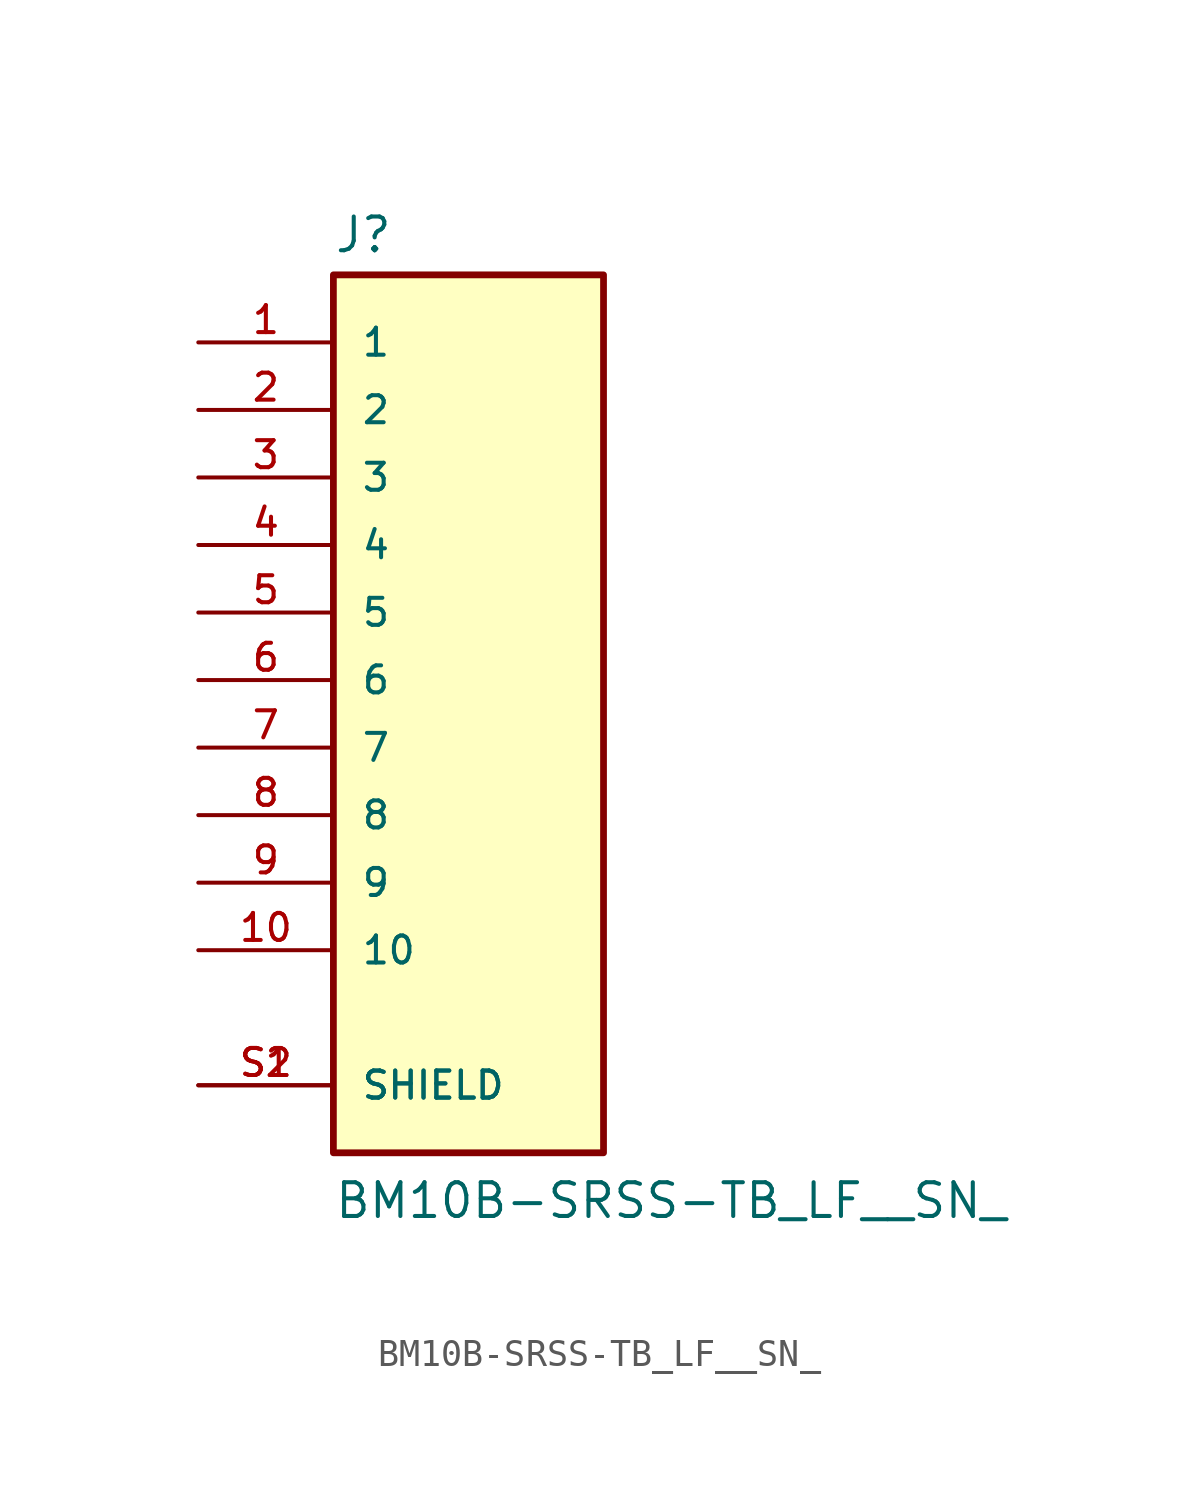
<source format=kicad_sym>
(kicad_symbol_lib
  (version 20211014)
  (generator kicad_symbol_editor)
  (symbol "BM10B-SRSS-TB_LF__SN_"
    (pin_names
      (offset 1.016))
    (property "Reference" "J"
      (at -5.08 16.002 0)
      (effects (font (size 1.27 1.27)) (justify bottom left)))
    (property "Value" "BM10B-SRSS-TB_LF__SN_"
      (at -5.08 -20.32 0)
      (effects (font (size 1.27 1.27)) (justify bottom left)))
    (symbol "BM10B-SRSS-TB_LF__SN__0_0"
      (rectangle (start -5.08 -17.78) (end 5.08 15.24) (stroke (width 0.254)) (fill (type background)))
      (pin passive line (at -10.16 12.7 0) (length 5.08) (name "1" (effects (font (size 1.016 1.016)))) (number "1" (effects (font (size 1.016 1.016)))))
      (pin passive line (at -10.16 10.16 0) (length 5.08) (name "2" (effects (font (size 1.016 1.016)))) (number "2" (effects (font (size 1.016 1.016)))))
      (pin passive line (at -10.16 7.62 0) (length 5.08) (name "3" (effects (font (size 1.016 1.016)))) (number "3" (effects (font (size 1.016 1.016)))))
      (pin passive line (at -10.16 5.08 0) (length 5.08) (name "4" (effects (font (size 1.016 1.016)))) (number "4" (effects (font (size 1.016 1.016)))))
      (pin passive line (at -10.16 2.54 0) (length 5.08) (name "5" (effects (font (size 1.016 1.016)))) (number "5" (effects (font (size 1.016 1.016)))))
      (pin passive line (at -10.16 0.0 0) (length 5.08) (name "6" (effects (font (size 1.016 1.016)))) (number "6" (effects (font (size 1.016 1.016)))))
      (pin passive line (at -10.16 -2.54 0) (length 5.08) (name "7" (effects (font (size 1.016 1.016)))) (number "7" (effects (font (size 1.016 1.016)))))
      (pin passive line (at -10.16 -5.08 0) (length 5.08) (name "8" (effects (font (size 1.016 1.016)))) (number "8" (effects (font (size 1.016 1.016)))))
      (pin passive line (at -10.16 -7.62 0) (length 5.08) (name "9" (effects (font (size 1.016 1.016)))) (number "9" (effects (font (size 1.016 1.016)))))
      (pin passive line (at -10.16 -10.16 0) (length 5.08) (name "10" (effects (font (size 1.016 1.016)))) (number "10" (effects (font (size 1.016 1.016)))))
      (pin passive line (at -10.16 -15.24 0) (length 5.08) (name "SHIELD" (effects (font (size 1.016 1.016)))) (number "S1" (effects (font (size 1.016 1.016)))))
      (pin passive line (at -10.16 -15.24 0) (length 5.08) (name "SHIELD" (effects (font (size 1.016 1.016)))) (number "S2" (effects (font (size 1.016 1.016))))))))
</source>
